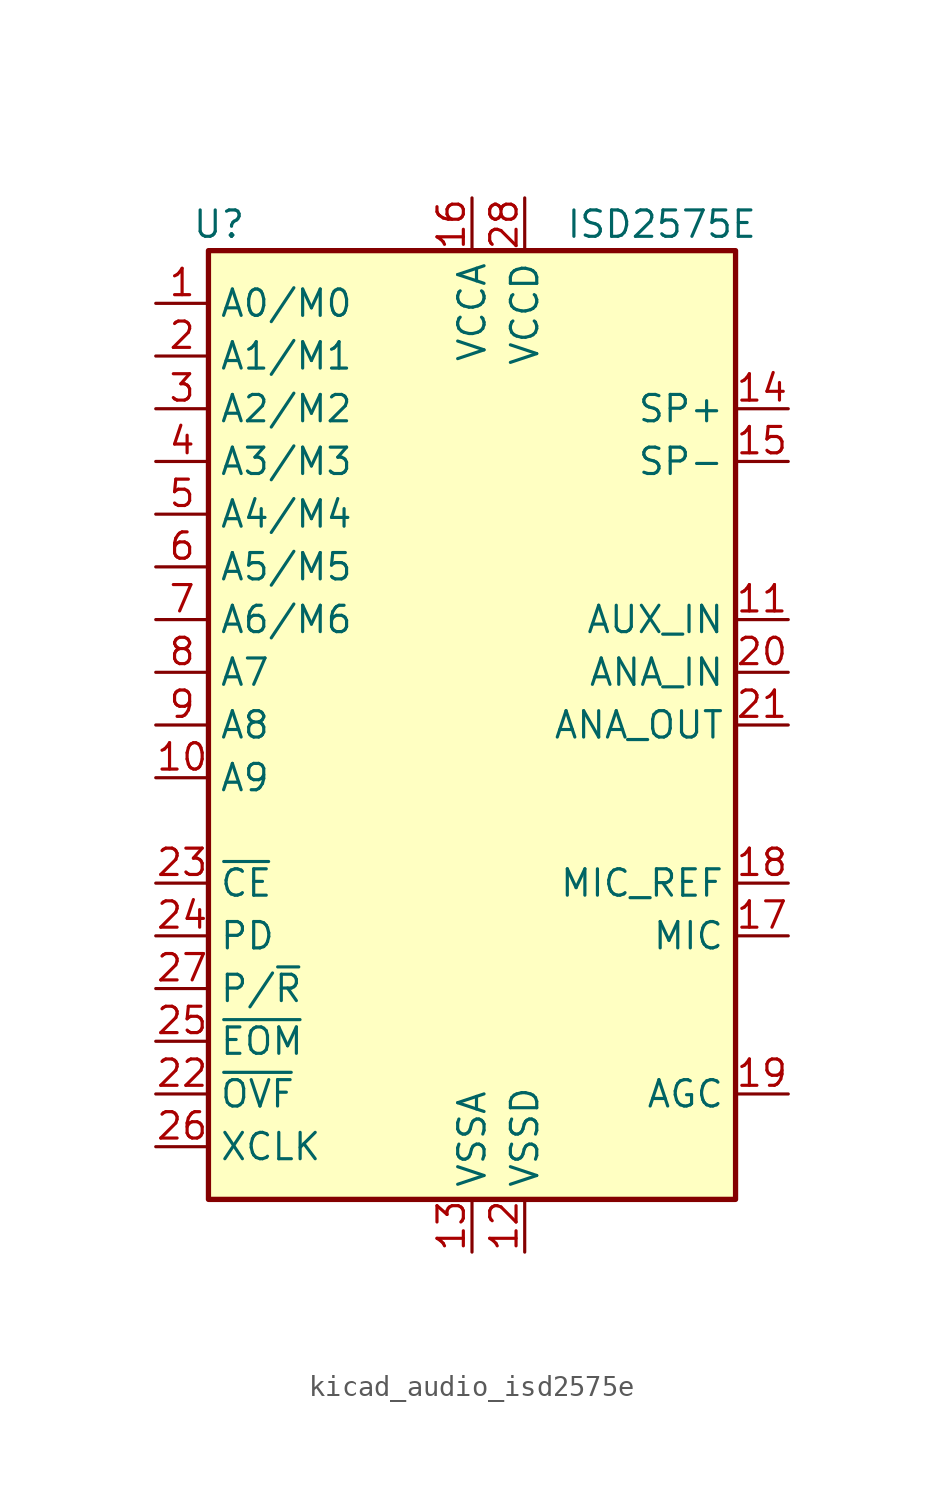
<source format=kicad_sym>
(kicad_symbol_lib
  (version 20220914)
  (generator kicad_symbol_editor)
  (symbol "kicad_audio_isd2575e"
    (property "Reference" "U"
      (at -12.192 24.13 0)
      (effects (font (size 1.27 1.27))))
    (property "Value" "ISD2575E"
      (at 9.144 24.13 0)
      (effects (font (size 1.27 1.27))))
    (symbol "kicad_audio_isd2575e_0_1"
      (rectangle (start -12.7 22.86) (end 12.7 -22.86) (stroke (width 0.254) (type default)) (fill (type background))))
    (symbol "kicad_audio_isd2575e_1_1"
      (pin input line (at -15.24 20.32 0) (length 2.54) (name "A0/M0" (effects (font (size 1.27 1.27)))) (number "1" (effects (font (size 1.27 1.27)))))
      (pin input line (at -15.24 -2.54 0) (length 2.54) (name "A9" (effects (font (size 1.27 1.27)))) (number "10" (effects (font (size 1.27 1.27)))))
      (pin input line (at 15.24 5.08 180) (length 2.54) (name "AUX_IN" (effects (font (size 1.27 1.27)))) (number "11" (effects (font (size 1.27 1.27)))))
      (pin power_in line (at 2.54 -25.4 90) (length 2.54) (name "VSSD" (effects (font (size 1.27 1.27)))) (number "12" (effects (font (size 1.27 1.27)))))
      (pin power_in line (at 0 -25.4 90) (length 2.54) (name "VSSA" (effects (font (size 1.27 1.27)))) (number "13" (effects (font (size 1.27 1.27)))))
      (pin output line (at 15.24 15.24 180) (length 2.54) (name "SP+" (effects (font (size 1.27 1.27)))) (number "14" (effects (font (size 1.27 1.27)))))
      (pin output line (at 15.24 12.7 180) (length 2.54) (name "SP-" (effects (font (size 1.27 1.27)))) (number "15" (effects (font (size 1.27 1.27)))))
      (pin power_in line (at 0 25.4 270) (length 2.54) (name "VCCA" (effects (font (size 1.27 1.27)))) (number "16" (effects (font (size 1.27 1.27)))))
      (pin input line (at 15.24 -10.16 180) (length 2.54) (name "MIC" (effects (font (size 1.27 1.27)))) (number "17" (effects (font (size 1.27 1.27)))))
      (pin passive line (at 15.24 -7.62 180) (length 2.54) (name "MIC_REF" (effects (font (size 1.27 1.27)))) (number "18" (effects (font (size 1.27 1.27)))))
      (pin passive line (at 15.24 -17.78 180) (length 2.54) (name "AGC" (effects (font (size 1.27 1.27)))) (number "19" (effects (font (size 1.27 1.27)))))
      (pin input line (at -15.24 17.78 0) (length 2.54) (name "A1/M1" (effects (font (size 1.27 1.27)))) (number "2" (effects (font (size 1.27 1.27)))))
      (pin input line (at 15.24 2.54 180) (length 2.54) (name "ANA_IN" (effects (font (size 1.27 1.27)))) (number "20" (effects (font (size 1.27 1.27)))))
      (pin output line (at 15.24 0 180) (length 2.54) (name "ANA_OUT" (effects (font (size 1.27 1.27)))) (number "21" (effects (font (size 1.27 1.27)))))
      (pin output line (at -15.24 -17.78 0) (length 2.54) (name "~{OVF}" (effects (font (size 1.27 1.27)))) (number "22" (effects (font (size 1.27 1.27)))))
      (pin input line (at -15.24 -7.62 0) (length 2.54) (name "~{CE}" (effects (font (size 1.27 1.27)))) (number "23" (effects (font (size 1.27 1.27)))))
      (pin input line (at -15.24 -10.16 0) (length 2.54) (name "PD" (effects (font (size 1.27 1.27)))) (number "24" (effects (font (size 1.27 1.27)))))
      (pin output line (at -15.24 -15.24 0) (length 2.54) (name "~{EOM}" (effects (font (size 1.27 1.27)))) (number "25" (effects (font (size 1.27 1.27)))))
      (pin input line (at -15.24 -20.32 0) (length 2.54) (name "XCLK" (effects (font (size 1.27 1.27)))) (number "26" (effects (font (size 1.27 1.27)))))
      (pin input line (at -15.24 -12.7 0) (length 2.54) (name "P/~{R}" (effects (font (size 1.27 1.27)))) (number "27" (effects (font (size 1.27 1.27)))))
      (pin power_in line (at 2.54 25.4 270) (length 2.54) (name "VCCD" (effects (font (size 1.27 1.27)))) (number "28" (effects (font (size 1.27 1.27)))))
      (pin input line (at -15.24 15.24 0) (length 2.54) (name "A2/M2" (effects (font (size 1.27 1.27)))) (number "3" (effects (font (size 1.27 1.27)))))
      (pin input line (at -15.24 12.7 0) (length 2.54) (name "A3/M3" (effects (font (size 1.27 1.27)))) (number "4" (effects (font (size 1.27 1.27)))))
      (pin input line (at -15.24 10.16 0) (length 2.54) (name "A4/M4" (effects (font (size 1.27 1.27)))) (number "5" (effects (font (size 1.27 1.27)))))
      (pin input line (at -15.24 7.62 0) (length 2.54) (name "A5/M5" (effects (font (size 1.27 1.27)))) (number "6" (effects (font (size 1.27 1.27)))))
      (pin input line (at -15.24 5.08 0) (length 2.54) (name "A6/M6" (effects (font (size 1.27 1.27)))) (number "7" (effects (font (size 1.27 1.27)))))
      (pin input line (at -15.24 2.54 0) (length 2.54) (name "A7" (effects (font (size 1.27 1.27)))) (number "8" (effects (font (size 1.27 1.27)))))
      (pin input line (at -15.24 0 0) (length 2.54) (name "A8" (effects (font (size 1.27 1.27)))) (number "9" (effects (font (size 1.27 1.27))))))))
</source>
